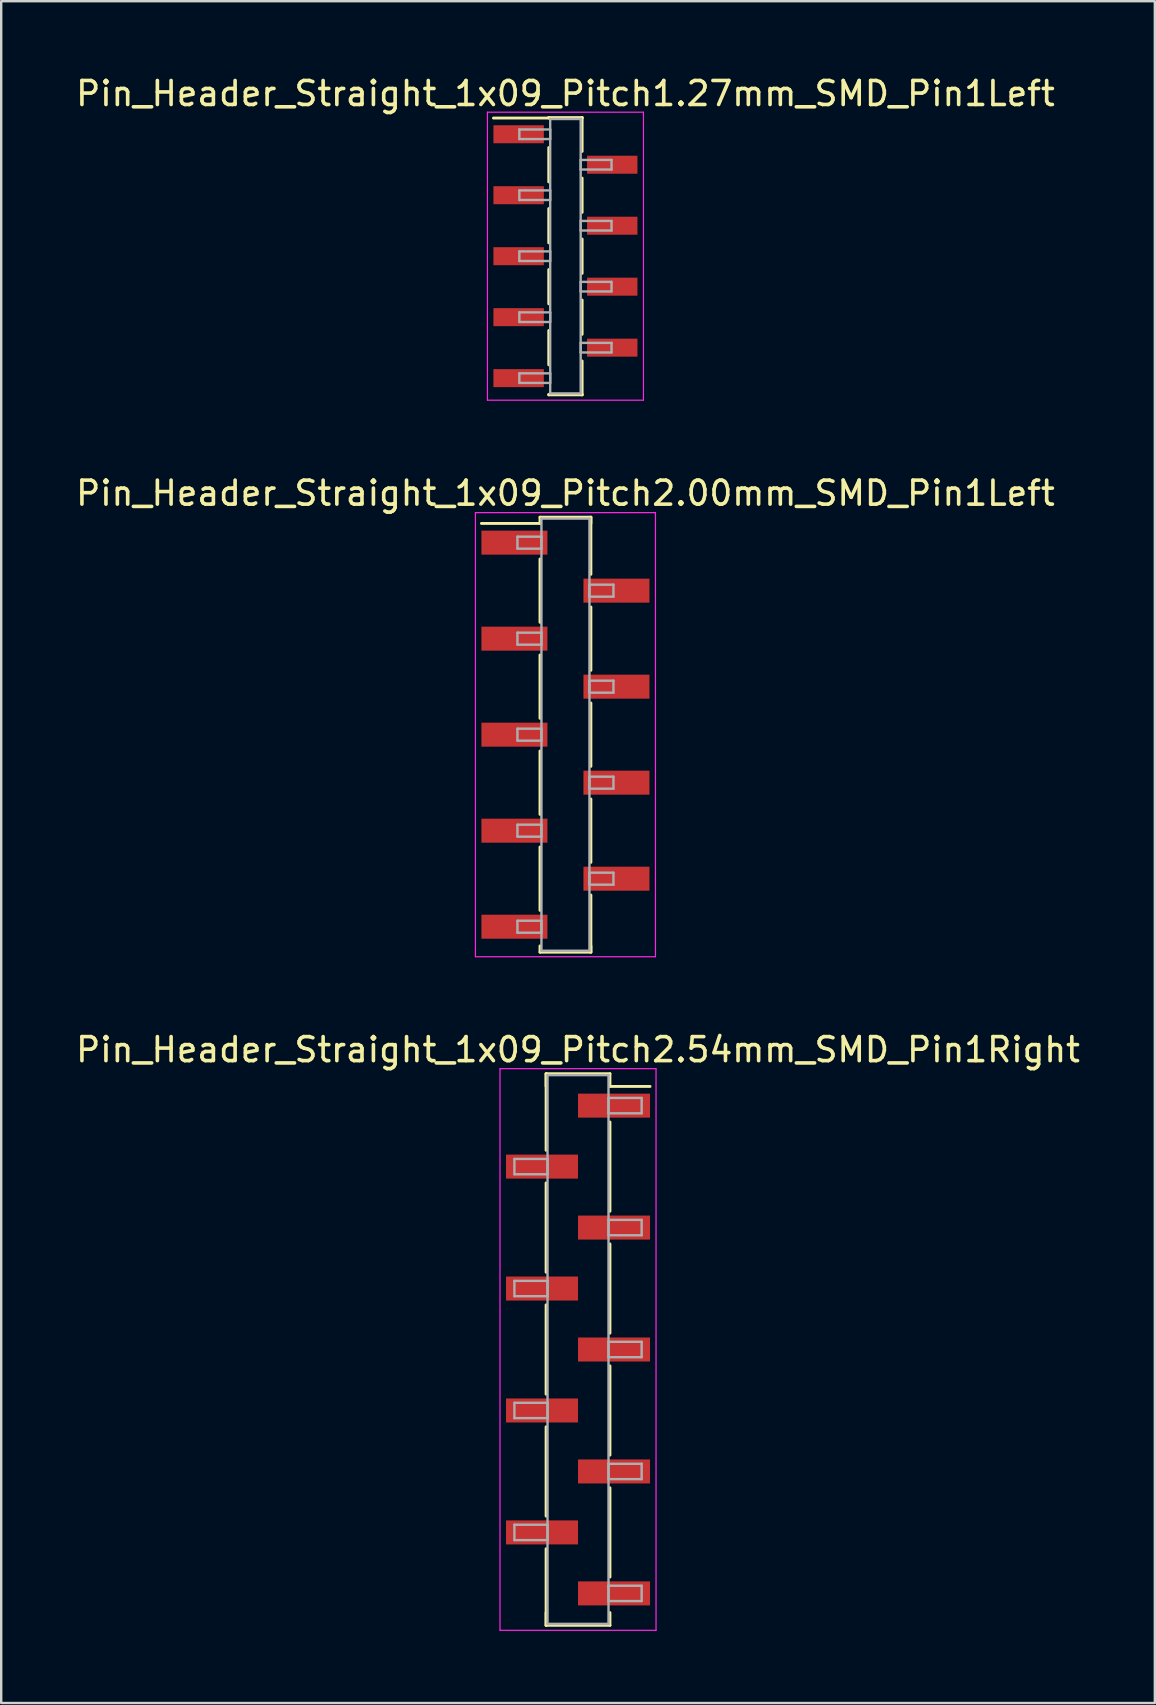
<source format=kicad_pcb>
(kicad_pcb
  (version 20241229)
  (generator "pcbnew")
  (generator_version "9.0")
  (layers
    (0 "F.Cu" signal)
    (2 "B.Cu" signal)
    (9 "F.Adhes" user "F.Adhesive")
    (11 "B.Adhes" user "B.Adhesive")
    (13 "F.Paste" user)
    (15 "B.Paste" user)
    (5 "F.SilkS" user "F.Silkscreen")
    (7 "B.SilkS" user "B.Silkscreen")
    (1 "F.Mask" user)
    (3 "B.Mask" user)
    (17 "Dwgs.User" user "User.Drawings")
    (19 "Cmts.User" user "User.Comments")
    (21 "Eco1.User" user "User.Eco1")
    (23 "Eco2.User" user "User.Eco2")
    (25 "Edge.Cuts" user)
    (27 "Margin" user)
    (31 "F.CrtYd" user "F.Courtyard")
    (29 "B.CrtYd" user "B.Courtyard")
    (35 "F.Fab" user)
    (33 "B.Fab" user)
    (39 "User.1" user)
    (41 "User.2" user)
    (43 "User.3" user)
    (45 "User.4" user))
  (footprint "Pin_Header_Straight_1x09_Pitch2.00mm_SMD_Pin1Left"
    (layer "F.Cu")
    (at 20.506 27.556)
    (property "Reference" "Pin_Header_Straight_1x09_Pitch2.00mm_SMD_Pin1Left" (at 0 -10.06 0) (layer "F.SilkS") (effects (font (size 1 1) (thickness 0.15))))
    (attr smd)
    (fp_line (start -1.06 -9.06) (end 1.06 -9.06) (stroke (width 0.12) (type solid)) (layer "F.SilkS"))
    (fp_line (start -1.06 -8.8) (end -3.5 -8.8) (stroke (width 0.12) (type solid)) (layer "F.SilkS"))
    (fp_line (start -1.06 -8.8) (end -1.06 -9.06) (stroke (width 0.12) (type solid)) (layer "F.SilkS"))
    (fp_line (start -1.06 -7.32) (end -1.06 -4.68) (stroke (width 0.12) (type solid)) (layer "F.SilkS"))
    (fp_line (start -1.06 -3.32) (end -1.06 -0.68) (stroke (width 0.12) (type solid)) (layer "F.SilkS"))
    (fp_line (start -1.06 0.68) (end -1.06 3.32) (stroke (width 0.12) (type solid)) (layer "F.SilkS"))
    (fp_line (start -1.06 4.68) (end -1.06 7.32) (stroke (width 0.12) (type solid)) (layer "F.SilkS"))
    (fp_line (start -1.06 8.8) (end -1.06 9.06) (stroke (width 0.12) (type solid)) (layer "F.SilkS"))
    (fp_line (start -1.06 9.06) (end 1.06 9.06) (stroke (width 0.12) (type solid)) (layer "F.SilkS"))
    (fp_line (start 1.06 -9.06) (end 1.06 -8.8) (stroke (width 0.12) (type solid)) (layer "F.SilkS"))
    (fp_line (start 1.06 -9.06) (end 1.06 -6.68) (stroke (width 0.12) (type solid)) (layer "F.SilkS"))
    (fp_line (start 1.06 -5.32) (end 1.06 -2.68) (stroke (width 0.12) (type solid)) (layer "F.SilkS"))
    (fp_line (start 1.06 -1.32) (end 1.06 1.32) (stroke (width 0.12) (type solid)) (layer "F.SilkS"))
    (fp_line (start 1.06 2.68) (end 1.06 5.32) (stroke (width 0.12) (type solid)) (layer "F.SilkS"))
    (fp_line (start 1.06 6.68) (end 1.06 9.06) (stroke (width 0.12) (type solid)) (layer "F.SilkS"))
    (fp_line (start 1.06 9.06) (end 1.06 8.8) (stroke (width 0.12) (type solid)) (layer "F.SilkS"))
    (fp_line (start -3.75 -9.25) (end -3.75 9.25) (stroke (width 0.05) (type solid)) (layer "F.CrtYd"))
    (fp_line (start -3.75 9.25) (end 3.75 9.25) (stroke (width 0.05) (type solid)) (layer "F.CrtYd"))
    (fp_line (start 3.75 -9.25) (end -3.75 -9.25) (stroke (width 0.05) (type solid)) (layer "F.CrtYd"))
    (fp_line (start 3.75 9.25) (end 3.75 -9.25) (stroke (width 0.05) (type solid)) (layer "F.CrtYd"))
    (fp_line (start -2 -8.25) (end -1 -8.25) (stroke (width 0.1) (type solid)) (layer "F.Fab"))
    (fp_line (start -2 -7.75) (end -2 -8.25) (stroke (width 0.1) (type solid)) (layer "F.Fab"))
    (fp_line (start -2 -4.25) (end -1 -4.25) (stroke (width 0.1) (type solid)) (layer "F.Fab"))
    (fp_line (start -2 -3.75) (end -2 -4.25) (stroke (width 0.1) (type solid)) (layer "F.Fab"))
    (fp_line (start -2 -0.25) (end -1 -0.25) (stroke (width 0.1) (type solid)) (layer "F.Fab"))
    (fp_line (start -2 0.25) (end -2 -0.25) (stroke (width 0.1) (type solid)) (layer "F.Fab"))
    (fp_line (start -2 3.75) (end -1 3.75) (stroke (width 0.1) (type solid)) (layer "F.Fab"))
    (fp_line (start -2 4.25) (end -2 3.75) (stroke (width 0.1) (type solid)) (layer "F.Fab"))
    (fp_line (start -2 7.75) (end -1 7.75) (stroke (width 0.1) (type solid)) (layer "F.Fab"))
    (fp_line (start -2 8.25) (end -2 7.75) (stroke (width 0.1) (type solid)) (layer "F.Fab"))
    (fp_line (start -1 -9) (end -1 9) (stroke (width 0.1) (type solid)) (layer "F.Fab"))
    (fp_line (start -1 -8.25) (end -1 -7.75) (stroke (width 0.1) (type solid)) (layer "F.Fab"))
    (fp_line (start -1 -7.75) (end -2 -7.75) (stroke (width 0.1) (type solid)) (layer "F.Fab"))
    (fp_line (start -1 -4.25) (end -1 -3.75) (stroke (width 0.1) (type solid)) (layer "F.Fab"))
    (fp_line (start -1 -3.75) (end -2 -3.75) (stroke (width 0.1) (type solid)) (layer "F.Fab"))
    (fp_line (start -1 -0.25) (end -1 0.25) (stroke (width 0.1) (type solid)) (layer "F.Fab"))
    (fp_line (start -1 0.25) (end -2 0.25) (stroke (width 0.1) (type solid)) (layer "F.Fab"))
    (fp_line (start -1 3.75) (end -1 4.25) (stroke (width 0.1) (type solid)) (layer "F.Fab"))
    (fp_line (start -1 4.25) (end -2 4.25) (stroke (width 0.1) (type solid)) (layer "F.Fab"))
    (fp_line (start -1 7.75) (end -1 8.25) (stroke (width 0.1) (type solid)) (layer "F.Fab"))
    (fp_line (start -1 8.25) (end -2 8.25) (stroke (width 0.1) (type solid)) (layer "F.Fab"))
    (fp_line (start -1 9) (end 1 9) (stroke (width 0.1) (type solid)) (layer "F.Fab"))
    (fp_line (start 1 -9) (end -1 -9) (stroke (width 0.1) (type solid)) (layer "F.Fab"))
    (fp_line (start 1 -6.25) (end 1 -5.75) (stroke (width 0.1) (type solid)) (layer "F.Fab"))
    (fp_line (start 1 -5.75) (end 2 -5.75) (stroke (width 0.1) (type solid)) (layer "F.Fab"))
    (fp_line (start 1 -2.25) (end 1 -1.75) (stroke (width 0.1) (type solid)) (layer "F.Fab"))
    (fp_line (start 1 -1.75) (end 2 -1.75) (stroke (width 0.1) (type solid)) (layer "F.Fab"))
    (fp_line (start 1 1.75) (end 1 2.25) (stroke (width 0.1) (type solid)) (layer "F.Fab"))
    (fp_line (start 1 2.25) (end 2 2.25) (stroke (width 0.1) (type solid)) (layer "F.Fab"))
    (fp_line (start 1 5.75) (end 1 6.25) (stroke (width 0.1) (type solid)) (layer "F.Fab"))
    (fp_line (start 1 6.25) (end 2 6.25) (stroke (width 0.1) (type solid)) (layer "F.Fab"))
    (fp_line (start 1 9) (end 1 -9) (stroke (width 0.1) (type solid)) (layer "F.Fab"))
    (fp_line (start 2 -6.25) (end 1 -6.25) (stroke (width 0.1) (type solid)) (layer "F.Fab"))
    (fp_line (start 2 -5.75) (end 2 -6.25) (stroke (width 0.1) (type solid)) (layer "F.Fab"))
    (fp_line (start 2 -2.25) (end 1 -2.25) (stroke (width 0.1) (type solid)) (layer "F.Fab"))
    (fp_line (start 2 -1.75) (end 2 -2.25) (stroke (width 0.1) (type solid)) (layer "F.Fab"))
    (fp_line (start 2 1.75) (end 1 1.75) (stroke (width 0.1) (type solid)) (layer "F.Fab"))
    (fp_line (start 2 2.25) (end 2 1.75) (stroke (width 0.1) (type solid)) (layer "F.Fab"))
    (fp_line (start 2 5.75) (end 1 5.75) (stroke (width 0.1) (type solid)) (layer "F.Fab"))
    (fp_line (start 2 6.25) (end 2 5.75) (stroke (width 0.1) (type solid)) (layer "F.Fab"))
    (pad "1" smd rect (at -2.125 -8) (size 2.75 1) (layers "F.Cu" "F.Mask"))
    (pad "2" smd rect (at 2.125 -6) (size 2.75 1) (layers "F.Cu" "F.Mask"))
    (pad "3" smd rect (at -2.125 -4) (size 2.75 1) (layers "F.Cu" "F.Mask"))
    (pad "4" smd rect (at 2.125 -2) (size 2.75 1) (layers "F.Cu" "F.Mask"))
    (pad "5" smd rect (at -2.125 0) (size 2.75 1) (layers "F.Cu" "F.Mask"))
    (pad "6" smd rect (at 2.125 2) (size 2.75 1) (layers "F.Cu" "F.Mask"))
    (pad "7" smd rect (at -2.125 4) (size 2.75 1) (layers "F.Cu" "F.Mask"))
    (pad "8" smd rect (at 2.125 6) (size 2.75 1) (layers "F.Cu" "F.Mask"))
    (pad "9" smd rect (at -2.125 8) (size 2.75 1) (layers "F.Cu" "F.Mask")))
  (footprint "Pin_Header_Straight_1x09_Pitch2.54mm_SMD_Pin1Right"
    (layer "F.Cu")
    (at 21.03 53.17)
    (property "Reference" "Pin_Header_Straight_1x09_Pitch2.54mm_SMD_Pin1Right" (at 0 -12.49 0) (layer "F.SilkS") (effects (font (size 1 1) (thickness 0.15))))
    (attr smd)
    (fp_line (start -1.33 -11.49) (end -1.33 -8.3) (stroke (width 0.12) (type solid)) (layer "F.SilkS"))
    (fp_line (start -1.33 -11.49) (end 1.33 -11.49) (stroke (width 0.12) (type solid)) (layer "F.SilkS"))
    (fp_line (start -1.33 -10.96) (end -1.33 -11.49) (stroke (width 0.12) (type solid)) (layer "F.SilkS"))
    (fp_line (start -1.33 -6.94) (end -1.33 -3.22) (stroke (width 0.12) (type solid)) (layer "F.SilkS"))
    (fp_line (start -1.33 -1.86) (end -1.33 1.86) (stroke (width 0.12) (type solid)) (layer "F.SilkS"))
    (fp_line (start -1.33 3.22) (end -1.33 6.94) (stroke (width 0.12) (type solid)) (layer "F.SilkS"))
    (fp_line (start -1.33 8.3) (end -1.33 11.49) (stroke (width 0.12) (type solid)) (layer "F.SilkS"))
    (fp_line (start -1.33 10.96) (end -1.33 11.49) (stroke (width 0.12) (type solid)) (layer "F.SilkS"))
    (fp_line (start -1.33 11.49) (end 1.33 11.49) (stroke (width 0.12) (type solid)) (layer "F.SilkS"))
    (fp_line (start 1.33 -11.49) (end 1.33 -10.96) (stroke (width 0.12) (type solid)) (layer "F.SilkS"))
    (fp_line (start 1.33 -10.96) (end 3 -10.96) (stroke (width 0.12) (type solid)) (layer "F.SilkS"))
    (fp_line (start 1.33 -9.48) (end 1.33 -5.76) (stroke (width 0.12) (type solid)) (layer "F.SilkS"))
    (fp_line (start 1.33 -4.4) (end 1.33 -0.68) (stroke (width 0.12) (type solid)) (layer "F.SilkS"))
    (fp_line (start 1.33 0.68) (end 1.33 4.4) (stroke (width 0.12) (type solid)) (layer "F.SilkS"))
    (fp_line (start 1.33 5.76) (end 1.33 9.48) (stroke (width 0.12) (type solid)) (layer "F.SilkS"))
    (fp_line (start 1.33 11.49) (end 1.33 10.96) (stroke (width 0.12) (type solid)) (layer "F.SilkS"))
    (fp_line (start -3.25 -11.7) (end -3.25 11.7) (stroke (width 0.05) (type solid)) (layer "F.CrtYd"))
    (fp_line (start -3.25 11.7) (end 3.25 11.7) (stroke (width 0.05) (type solid)) (layer "F.CrtYd"))
    (fp_line (start 3.25 -11.7) (end -3.25 -11.7) (stroke (width 0.05) (type solid)) (layer "F.CrtYd"))
    (fp_line (start 3.25 11.7) (end 3.25 -11.7) (stroke (width 0.05) (type solid)) (layer "F.CrtYd"))
    (fp_line (start -2.65 -7.94) (end -1.27 -7.94) (stroke (width 0.1) (type solid)) (layer "F.Fab"))
    (fp_line (start -2.65 -7.3) (end -2.65 -7.94) (stroke (width 0.1) (type solid)) (layer "F.Fab"))
    (fp_line (start -2.65 -2.86) (end -1.27 -2.86) (stroke (width 0.1) (type solid)) (layer "F.Fab"))
    (fp_line (start -2.65 -2.22) (end -2.65 -2.86) (stroke (width 0.1) (type solid)) (layer "F.Fab"))
    (fp_line (start -2.65 2.22) (end -1.27 2.22) (stroke (width 0.1) (type solid)) (layer "F.Fab"))
    (fp_line (start -2.65 2.86) (end -2.65 2.22) (stroke (width 0.1) (type solid)) (layer "F.Fab"))
    (fp_line (start -2.65 7.3) (end -1.27 7.3) (stroke (width 0.1) (type solid)) (layer "F.Fab"))
    (fp_line (start -2.65 7.94) (end -2.65 7.3) (stroke (width 0.1) (type solid)) (layer "F.Fab"))
    (fp_line (start -1.27 -11.43) (end -1.27 11.43) (stroke (width 0.1) (type solid)) (layer "F.Fab"))
    (fp_line (start -1.27 -7.94) (end -1.27 -7.3) (stroke (width 0.1) (type solid)) (layer "F.Fab"))
    (fp_line (start -1.27 -7.3) (end -2.65 -7.3) (stroke (width 0.1) (type solid)) (layer "F.Fab"))
    (fp_line (start -1.27 -2.86) (end -1.27 -2.22) (stroke (width 0.1) (type solid)) (layer "F.Fab"))
    (fp_line (start -1.27 -2.22) (end -2.65 -2.22) (stroke (width 0.1) (type solid)) (layer "F.Fab"))
    (fp_line (start -1.27 2.22) (end -1.27 2.86) (stroke (width 0.1) (type solid)) (layer "F.Fab"))
    (fp_line (start -1.27 2.86) (end -2.65 2.86) (stroke (width 0.1) (type solid)) (layer "F.Fab"))
    (fp_line (start -1.27 7.3) (end -1.27 7.94) (stroke (width 0.1) (type solid)) (layer "F.Fab"))
    (fp_line (start -1.27 7.94) (end -2.65 7.94) (stroke (width 0.1) (type solid)) (layer "F.Fab"))
    (fp_line (start -1.27 11.43) (end 1.27 11.43) (stroke (width 0.1) (type solid)) (layer "F.Fab"))
    (fp_line (start 1.27 -11.43) (end -1.27 -11.43) (stroke (width 0.1) (type solid)) (layer "F.Fab"))
    (fp_line (start 1.27 -10.48) (end 1.27 -9.84) (stroke (width 0.1) (type solid)) (layer "F.Fab"))
    (fp_line (start 1.27 -9.84) (end 2.65 -9.84) (stroke (width 0.1) (type solid)) (layer "F.Fab"))
    (fp_line (start 1.27 -5.4) (end 1.27 -4.76) (stroke (width 0.1) (type solid)) (layer "F.Fab"))
    (fp_line (start 1.27 -4.76) (end 2.65 -4.76) (stroke (width 0.1) (type solid)) (layer "F.Fab"))
    (fp_line (start 1.27 -0.32) (end 1.27 0.32) (stroke (width 0.1) (type solid)) (layer "F.Fab"))
    (fp_line (start 1.27 0.32) (end 2.65 0.32) (stroke (width 0.1) (type solid)) (layer "F.Fab"))
    (fp_line (start 1.27 4.76) (end 1.27 5.4) (stroke (width 0.1) (type solid)) (layer "F.Fab"))
    (fp_line (start 1.27 5.4) (end 2.65 5.4) (stroke (width 0.1) (type solid)) (layer "F.Fab"))
    (fp_line (start 1.27 9.84) (end 1.27 10.48) (stroke (width 0.1) (type solid)) (layer "F.Fab"))
    (fp_line (start 1.27 10.48) (end 2.65 10.48) (stroke (width 0.1) (type solid)) (layer "F.Fab"))
    (fp_line (start 1.27 11.43) (end 1.27 -11.43) (stroke (width 0.1) (type solid)) (layer "F.Fab"))
    (fp_line (start 2.65 -10.48) (end 1.27 -10.48) (stroke (width 0.1) (type solid)) (layer "F.Fab"))
    (fp_line (start 2.65 -9.84) (end 2.65 -10.48) (stroke (width 0.1) (type solid)) (layer "F.Fab"))
    (fp_line (start 2.65 -5.4) (end 1.27 -5.4) (stroke (width 0.1) (type solid)) (layer "F.Fab"))
    (fp_line (start 2.65 -4.76) (end 2.65 -5.4) (stroke (width 0.1) (type solid)) (layer "F.Fab"))
    (fp_line (start 2.65 -0.32) (end 1.27 -0.32) (stroke (width 0.1) (type solid)) (layer "F.Fab"))
    (fp_line (start 2.65 0.32) (end 2.65 -0.32) (stroke (width 0.1) (type solid)) (layer "F.Fab"))
    (fp_line (start 2.65 4.76) (end 1.27 4.76) (stroke (width 0.1) (type solid)) (layer "F.Fab"))
    (fp_line (start 2.65 5.4) (end 2.65 4.76) (stroke (width 0.1) (type solid)) (layer "F.Fab"))
    (fp_line (start 2.65 9.84) (end 1.27 9.84) (stroke (width 0.1) (type solid)) (layer "F.Fab"))
    (fp_line (start 2.65 10.48) (end 2.65 9.84) (stroke (width 0.1) (type solid)) (layer "F.Fab"))
    (pad "1" smd rect (at 1.5 -10.16) (size 3 1) (layers "F.Cu" "F.Mask"))
    (pad "2" smd rect (at -1.5 -7.62) (size 3 1) (layers "F.Cu" "F.Mask"))
    (pad "3" smd rect (at 1.5 -5.08) (size 3 1) (layers "F.Cu" "F.Mask"))
    (pad "4" smd rect (at -1.5 -2.54) (size 3 1) (layers "F.Cu" "F.Mask"))
    (pad "5" smd rect (at 1.5 0) (size 3 1) (layers "F.Cu" "F.Mask"))
    (pad "6" smd rect (at -1.5 2.54) (size 3 1) (layers "F.Cu" "F.Mask"))
    (pad "7" smd rect (at 1.5 5.08) (size 3 1) (layers "F.Cu" "F.Mask"))
    (pad "8" smd rect (at -1.5 7.62) (size 3 1) (layers "F.Cu" "F.Mask"))
    (pad "9" smd rect (at 1.5 10.16) (size 3 1) (layers "F.Cu" "F.Mask")))
  (footprint "Pin_Header_Straight_1x09_Pitch1.27mm_SMD_Pin1Left"
    (layer "F.Cu")
    (at 20.506 7.623)
    (property "Reference" "Pin_Header_Straight_1x09_Pitch1.27mm_SMD_Pin1Left" (at 0 -6.775 0) (layer "F.SilkS") (effects (font (size 1 1) (thickness 0.15))))
    (attr smd)
    (fp_line (start -0.695 -5.775) (end 0.695 -5.775) (stroke (width 0.12) (type solid)) (layer "F.SilkS"))
    (fp_line (start -0.695 -5.755) (end -3 -5.755) (stroke (width 0.12) (type solid)) (layer "F.SilkS"))
    (fp_line (start -0.695 -5.755) (end -0.695 -5.775) (stroke (width 0.12) (type solid)) (layer "F.SilkS"))
    (fp_line (start -0.695 -4.525) (end -0.695 -3.095) (stroke (width 0.12) (type solid)) (layer "F.SilkS"))
    (fp_line (start -0.695 -1.985) (end -0.695 -0.555) (stroke (width 0.12) (type solid)) (layer "F.SilkS"))
    (fp_line (start -0.695 0.555) (end -0.695 1.985) (stroke (width 0.12) (type solid)) (layer "F.SilkS"))
    (fp_line (start -0.695 3.095) (end -0.695 4.525) (stroke (width 0.12) (type solid)) (layer "F.SilkS"))
    (fp_line (start -0.695 5.755) (end -0.695 5.775) (stroke (width 0.12) (type solid)) (layer "F.SilkS"))
    (fp_line (start -0.695 5.775) (end 0.695 5.775) (stroke (width 0.12) (type solid)) (layer "F.SilkS"))
    (fp_line (start 0.695 -5.775) (end 0.695 -5.755) (stroke (width 0.12) (type solid)) (layer "F.SilkS"))
    (fp_line (start 0.695 -5.775) (end 0.695 -4.365) (stroke (width 0.12) (type solid)) (layer "F.SilkS"))
    (fp_line (start 0.695 -3.255) (end 0.695 -1.825) (stroke (width 0.12) (type solid)) (layer "F.SilkS"))
    (fp_line (start 0.695 -0.715) (end 0.695 0.715) (stroke (width 0.12) (type solid)) (layer "F.SilkS"))
    (fp_line (start 0.695 1.825) (end 0.695 3.255) (stroke (width 0.12) (type solid)) (layer "F.SilkS"))
    (fp_line (start 0.695 4.365) (end 0.695 5.775) (stroke (width 0.12) (type solid)) (layer "F.SilkS"))
    (fp_line (start 0.695 5.775) (end 0.695 5.755) (stroke (width 0.12) (type solid)) (layer "F.SilkS"))
    (fp_line (start -3.25 -6) (end -3.25 6) (stroke (width 0.05) (type solid)) (layer "F.CrtYd"))
    (fp_line (start -3.25 6) (end 3.25 6) (stroke (width 0.05) (type solid)) (layer "F.CrtYd"))
    (fp_line (start 3.25 -6) (end -3.25 -6) (stroke (width 0.05) (type solid)) (layer "F.CrtYd"))
    (fp_line (start 3.25 6) (end 3.25 -6) (stroke (width 0.05) (type solid)) (layer "F.CrtYd"))
    (fp_line (start -1.92 -5.28) (end -0.635 -5.28) (stroke (width 0.1) (type solid)) (layer "F.Fab"))
    (fp_line (start -1.92 -4.88) (end -1.92 -5.28) (stroke (width 0.1) (type solid)) (layer "F.Fab"))
    (fp_line (start -1.92 -2.74) (end -0.635 -2.74) (stroke (width 0.1) (type solid)) (layer "F.Fab"))
    (fp_line (start -1.92 -2.34) (end -1.92 -2.74) (stroke (width 0.1) (type solid)) (layer "F.Fab"))
    (fp_line (start -1.92 -0.2) (end -0.635 -0.2) (stroke (width 0.1) (type solid)) (layer "F.Fab"))
    (fp_line (start -1.92 0.2) (end -1.92 -0.2) (stroke (width 0.1) (type solid)) (layer "F.Fab"))
    (fp_line (start -1.92 2.34) (end -0.635 2.34) (stroke (width 0.1) (type solid)) (layer "F.Fab"))
    (fp_line (start -1.92 2.74) (end -1.92 2.34) (stroke (width 0.1) (type solid)) (layer "F.Fab"))
    (fp_line (start -1.92 4.88) (end -0.635 4.88) (stroke (width 0.1) (type solid)) (layer "F.Fab"))
    (fp_line (start -1.92 5.28) (end -1.92 4.88) (stroke (width 0.1) (type solid)) (layer "F.Fab"))
    (fp_line (start -0.635 -5.715) (end -0.635 5.715) (stroke (width 0.1) (type solid)) (layer "F.Fab"))
    (fp_line (start -0.635 -5.28) (end -0.635 -4.88) (stroke (width 0.1) (type solid)) (layer "F.Fab"))
    (fp_line (start -0.635 -4.88) (end -1.92 -4.88) (stroke (width 0.1) (type solid)) (layer "F.Fab"))
    (fp_line (start -0.635 -2.74) (end -0.635 -2.34) (stroke (width 0.1) (type solid)) (layer "F.Fab"))
    (fp_line (start -0.635 -2.34) (end -1.92 -2.34) (stroke (width 0.1) (type solid)) (layer "F.Fab"))
    (fp_line (start -0.635 -0.2) (end -0.635 0.2) (stroke (width 0.1) (type solid)) (layer "F.Fab"))
    (fp_line (start -0.635 0.2) (end -1.92 0.2) (stroke (width 0.1) (type solid)) (layer "F.Fab"))
    (fp_line (start -0.635 2.34) (end -0.635 2.74) (stroke (width 0.1) (type solid)) (layer "F.Fab"))
    (fp_line (start -0.635 2.74) (end -1.92 2.74) (stroke (width 0.1) (type solid)) (layer "F.Fab"))
    (fp_line (start -0.635 4.88) (end -0.635 5.28) (stroke (width 0.1) (type solid)) (layer "F.Fab"))
    (fp_line (start -0.635 5.28) (end -1.92 5.28) (stroke (width 0.1) (type solid)) (layer "F.Fab"))
    (fp_line (start -0.635 5.715) (end 0.635 5.715) (stroke (width 0.1) (type solid)) (layer "F.Fab"))
    (fp_line (start 0.635 -5.715) (end -0.635 -5.715) (stroke (width 0.1) (type solid)) (layer "F.Fab"))
    (fp_line (start 0.635 -4.01) (end 0.635 -3.61) (stroke (width 0.1) (type solid)) (layer "F.Fab"))
    (fp_line (start 0.635 -3.61) (end 1.92 -3.61) (stroke (width 0.1) (type solid)) (layer "F.Fab"))
    (fp_line (start 0.635 -1.47) (end 0.635 -1.07) (stroke (width 0.1) (type solid)) (layer "F.Fab"))
    (fp_line (start 0.635 -1.07) (end 1.92 -1.07) (stroke (width 0.1) (type solid)) (layer "F.Fab"))
    (fp_line (start 0.635 1.07) (end 0.635 1.47) (stroke (width 0.1) (type solid)) (layer "F.Fab"))
    (fp_line (start 0.635 1.47) (end 1.92 1.47) (stroke (width 0.1) (type solid)) (layer "F.Fab"))
    (fp_line (start 0.635 3.61) (end 0.635 4.01) (stroke (width 0.1) (type solid)) (layer "F.Fab"))
    (fp_line (start 0.635 4.01) (end 1.92 4.01) (stroke (width 0.1) (type solid)) (layer "F.Fab"))
    (fp_line (start 0.635 5.715) (end 0.635 -5.715) (stroke (width 0.1) (type solid)) (layer "F.Fab"))
    (fp_line (start 1.92 -4.01) (end 0.635 -4.01) (stroke (width 0.1) (type solid)) (layer "F.Fab"))
    (fp_line (start 1.92 -3.61) (end 1.92 -4.01) (stroke (width 0.1) (type solid)) (layer "F.Fab"))
    (fp_line (start 1.92 -1.47) (end 0.635 -1.47) (stroke (width 0.1) (type solid)) (layer "F.Fab"))
    (fp_line (start 1.92 -1.07) (end 1.92 -1.47) (stroke (width 0.1) (type solid)) (layer "F.Fab"))
    (fp_line (start 1.92 1.07) (end 0.635 1.07) (stroke (width 0.1) (type solid)) (layer "F.Fab"))
    (fp_line (start 1.92 1.47) (end 1.92 1.07) (stroke (width 0.1) (type solid)) (layer "F.Fab"))
    (fp_line (start 1.92 3.61) (end 0.635 3.61) (stroke (width 0.1) (type solid)) (layer "F.Fab"))
    (fp_line (start 1.92 4.01) (end 1.92 3.61) (stroke (width 0.1) (type solid)) (layer "F.Fab"))
    (pad "1" smd rect (at -1.95 -5.08) (size 2.1 0.75) (layers "F.Cu" "F.Mask"))
    (pad "2" smd rect (at 1.95 -3.81) (size 2.1 0.75) (layers "F.Cu" "F.Mask"))
    (pad "3" smd rect (at -1.95 -2.54) (size 2.1 0.75) (layers "F.Cu" "F.Mask"))
    (pad "4" smd rect (at 1.95 -1.27) (size 2.1 0.75) (layers "F.Cu" "F.Mask"))
    (pad "5" smd rect (at -1.95 0) (size 2.1 0.75) (layers "F.Cu" "F.Mask"))
    (pad "6" smd rect (at 1.95 1.27) (size 2.1 0.75) (layers "F.Cu" "F.Mask"))
    (pad "7" smd rect (at -1.95 2.54) (size 2.1 0.75) (layers "F.Cu" "F.Mask"))
    (pad "8" smd rect (at 1.95 3.81) (size 2.1 0.75) (layers "F.Cu" "F.Mask"))
    (pad "9" smd rect (at -1.95 5.08) (size 2.1 0.75) (layers "F.Cu" "F.Mask")))
  (gr_rect
    (start -3 -3)
    (end 45.06 67.895)
    (stroke (width 0.1) (type default))
    (fill no)
    (layer "Edge.Cuts")))
</source>
